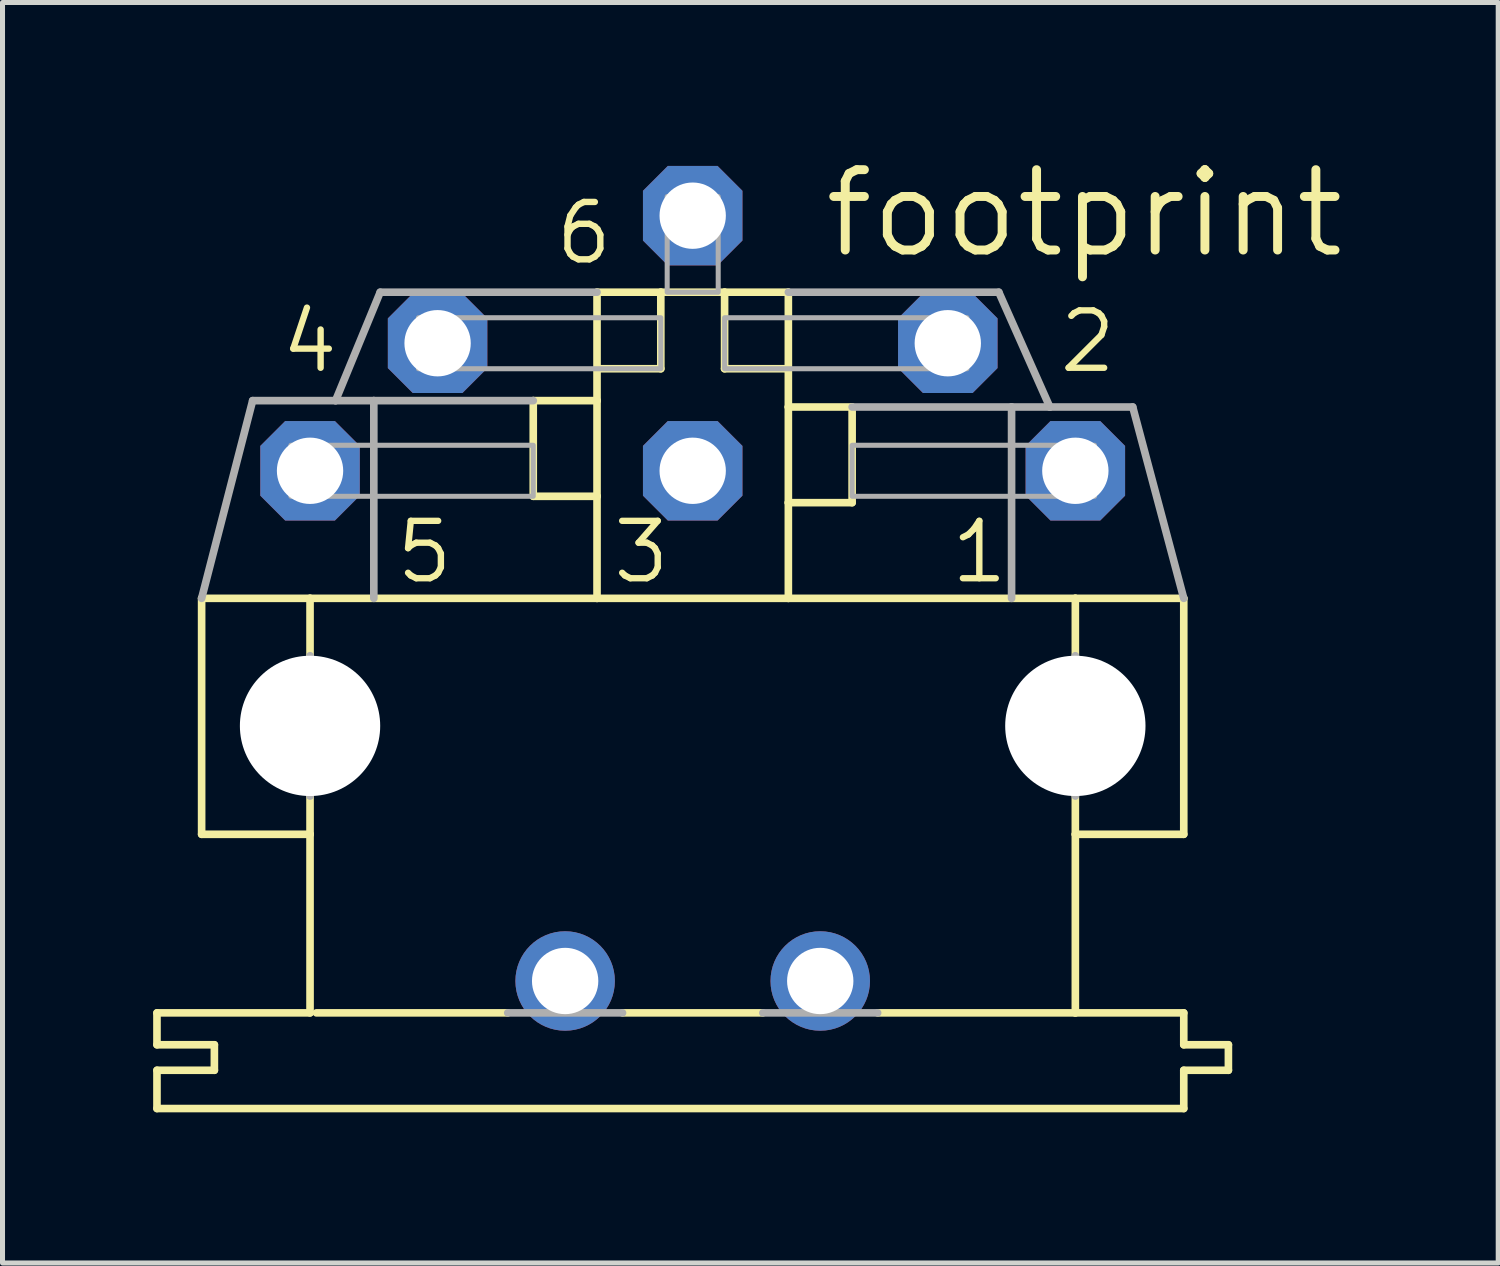
<source format=kicad_pcb>
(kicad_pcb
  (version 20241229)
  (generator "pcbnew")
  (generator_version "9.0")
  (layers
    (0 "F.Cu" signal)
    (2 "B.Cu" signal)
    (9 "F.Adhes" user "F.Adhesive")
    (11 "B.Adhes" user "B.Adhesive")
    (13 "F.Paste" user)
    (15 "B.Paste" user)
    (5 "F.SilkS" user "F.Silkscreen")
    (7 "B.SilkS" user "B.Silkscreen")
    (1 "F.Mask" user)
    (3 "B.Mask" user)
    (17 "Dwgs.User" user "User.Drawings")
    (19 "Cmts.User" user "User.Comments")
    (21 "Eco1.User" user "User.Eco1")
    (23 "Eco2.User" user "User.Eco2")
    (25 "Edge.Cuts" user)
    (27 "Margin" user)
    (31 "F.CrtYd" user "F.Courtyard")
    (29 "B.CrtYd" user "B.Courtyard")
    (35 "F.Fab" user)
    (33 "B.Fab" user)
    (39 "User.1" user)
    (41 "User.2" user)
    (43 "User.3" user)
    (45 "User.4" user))
  (footprint "footprint"
    (layer "F.Cu")
    (at 10.744 11.405)
    (property "Reference" "footprint" (at 2.54 -9.271 0) (layer "F.SilkS") (effects (font (size 1.6 1.6) (thickness 0.178)) (justify left bottom)))
    (fp_line (start -10.668 6.35) (end -10.668 5.715) (stroke (width 0.152) (type solid)) (layer "F.SilkS"))
    (fp_line (start -10.668 6.35) (end -9.525 6.35) (stroke (width 0.152) (type solid)) (layer "F.SilkS"))
    (fp_line (start -10.668 7.62) (end -10.668 6.858) (stroke (width 0.152) (type solid)) (layer "F.SilkS"))
    (fp_line (start -10.668 7.62) (end 9.779 7.62) (stroke (width 0.152) (type solid)) (layer "F.SilkS"))
    (fp_line (start -9.779 2.159) (end -9.779 -2.54) (stroke (width 0.152) (type solid)) (layer "F.SilkS"))
    (fp_line (start -9.779 2.159) (end -7.62 2.159) (stroke (width 0.152) (type solid)) (layer "F.SilkS"))
    (fp_line (start -9.525 6.858) (end -10.668 6.858) (stroke (width 0.152) (type solid)) (layer "F.SilkS"))
    (fp_line (start -9.525 6.858) (end -9.525 6.35) (stroke (width 0.152) (type solid)) (layer "F.SilkS"))
    (fp_line (start -7.62 -2.54) (end -9.779 -2.54) (stroke (width 0.152) (type solid)) (layer "F.SilkS"))
    (fp_line (start -7.62 -2.54) (end -7.62 -1.397) (stroke (width 0.152) (type solid)) (layer "F.SilkS"))
    (fp_line (start -7.62 2.159) (end -7.62 1.397) (stroke (width 0.152) (type solid)) (layer "F.SilkS"))
    (fp_line (start -7.62 5.715) (end -10.668 5.715) (stroke (width 0.152) (type solid)) (layer "F.SilkS"))
    (fp_line (start -7.62 5.715) (end -7.62 2.159) (stroke (width 0.152) (type solid)) (layer "F.SilkS"))
    (fp_line (start -7.493 5.715) (end -3.683 5.715) (stroke (width 0.152) (type solid)) (layer "F.SilkS"))
    (fp_line (start -3.175 -6.477) (end -3.175 -4.572) (stroke (width 0.152) (type solid)) (layer "F.SilkS"))
    (fp_line (start -1.905 -8.636) (end -1.905 -7.112) (stroke (width 0.152) (type solid)) (layer "F.SilkS"))
    (fp_line (start -1.905 -7.112) (end -1.905 -6.477) (stroke (width 0.152) (type solid)) (layer "F.SilkS"))
    (fp_line (start -1.905 -7.112) (end -0.635 -7.112) (stroke (width 0.152) (type solid)) (layer "F.SilkS"))
    (fp_line (start -1.905 -6.477) (end -3.175 -6.477) (stroke (width 0.152) (type solid)) (layer "F.SilkS"))
    (fp_line (start -1.905 -6.477) (end -1.905 -4.572) (stroke (width 0.152) (type solid)) (layer "F.SilkS"))
    (fp_line (start -1.905 -4.572) (end -3.175 -4.572) (stroke (width 0.152) (type solid)) (layer "F.SilkS"))
    (fp_line (start -1.905 -4.572) (end -1.905 -2.54) (stroke (width 0.152) (type solid)) (layer "F.SilkS"))
    (fp_line (start -1.905 -2.54) (end -7.62 -2.54) (stroke (width 0.152) (type solid)) (layer "F.SilkS"))
    (fp_line (start -1.397 5.715) (end 1.397 5.715) (stroke (width 0.152) (type solid)) (layer "F.SilkS"))
    (fp_line (start -0.635 -8.636) (end -1.905 -8.636) (stroke (width 0.152) (type solid)) (layer "F.SilkS"))
    (fp_line (start -0.635 -8.636) (end -0.635 -7.112) (stroke (width 0.152) (type solid)) (layer "F.SilkS"))
    (fp_line (start 0.635 -8.636) (end -0.635 -8.636) (stroke (width 0.152) (type solid)) (layer "F.SilkS"))
    (fp_line (start 0.635 -8.636) (end 0.635 -7.112) (stroke (width 0.152) (type solid)) (layer "F.SilkS"))
    (fp_line (start 1.905 -8.636) (end 0.635 -8.636) (stroke (width 0.152) (type solid)) (layer "F.SilkS"))
    (fp_line (start 1.905 -8.636) (end 1.905 -7.112) (stroke (width 0.152) (type solid)) (layer "F.SilkS"))
    (fp_line (start 1.905 -7.112) (end 0.635 -7.112) (stroke (width 0.152) (type solid)) (layer "F.SilkS"))
    (fp_line (start 1.905 -7.112) (end 1.905 -6.35) (stroke (width 0.152) (type solid)) (layer "F.SilkS"))
    (fp_line (start 1.905 -6.35) (end 1.905 -4.445) (stroke (width 0.152) (type solid)) (layer "F.SilkS"))
    (fp_line (start 1.905 -4.445) (end 1.905 -2.54) (stroke (width 0.152) (type solid)) (layer "F.SilkS"))
    (fp_line (start 1.905 -4.445) (end 3.175 -4.445) (stroke (width 0.152) (type solid)) (layer "F.SilkS"))
    (fp_line (start 1.905 -2.54) (end -1.905 -2.54) (stroke (width 0.152) (type solid)) (layer "F.SilkS"))
    (fp_line (start 3.175 -6.35) (end 1.905 -6.35) (stroke (width 0.152) (type solid)) (layer "F.SilkS"))
    (fp_line (start 3.175 -6.35) (end 3.175 -4.445) (stroke (width 0.152) (type solid)) (layer "F.SilkS"))
    (fp_line (start 3.683 5.715) (end 7.62 5.715) (stroke (width 0.152) (type solid)) (layer "F.SilkS"))
    (fp_line (start 7.62 -2.54) (end 1.905 -2.54) (stroke (width 0.152) (type solid)) (layer "F.SilkS"))
    (fp_line (start 7.62 -2.54) (end 7.62 -1.397) (stroke (width 0.152) (type solid)) (layer "F.SilkS"))
    (fp_line (start 7.62 2.159) (end 7.62 1.397) (stroke (width 0.152) (type solid)) (layer "F.SilkS"))
    (fp_line (start 7.62 5.715) (end 7.62 2.159) (stroke (width 0.152) (type solid)) (layer "F.SilkS"))
    (fp_line (start 9.779 -2.54) (end 7.62 -2.54) (stroke (width 0.152) (type solid)) (layer "F.SilkS"))
    (fp_line (start 9.779 2.159) (end 7.62 2.159) (stroke (width 0.152) (type solid)) (layer "F.SilkS"))
    (fp_line (start 9.779 2.159) (end 9.779 -2.54) (stroke (width 0.152) (type solid)) (layer "F.SilkS"))
    (fp_line (start 9.779 5.715) (end 7.62 5.715) (stroke (width 0.152) (type solid)) (layer "F.SilkS"))
    (fp_line (start 9.779 5.715) (end 9.779 6.35) (stroke (width 0.152) (type solid)) (layer "F.SilkS"))
    (fp_line (start 9.779 7.62) (end 9.779 6.858) (stroke (width 0.152) (type solid)) (layer "F.SilkS"))
    (fp_line (start 10.668 6.35) (end 9.779 6.35) (stroke (width 0.152) (type solid)) (layer "F.SilkS"))
    (fp_line (start 10.668 6.858) (end 9.779 6.858) (stroke (width 0.152) (type solid)) (layer "F.SilkS"))
    (fp_line (start 10.668 6.858) (end 10.668 6.35) (stroke (width 0.152) (type solid)) (layer "F.SilkS"))
    (fp_line (start -8.763 -6.477) (end -9.779 -2.54) (stroke (width 0.152) (type solid)) (layer "F.Fab"))
    (fp_line (start -8.763 -6.477) (end -7.112 -6.477) (stroke (width 0.152) (type solid)) (layer "F.Fab"))
    (fp_line (start -7.62 -1.397) (end -7.62 1.397) (stroke (width 0.152) (type solid)) (layer "F.Fab"))
    (fp_line (start -7.112 -6.477) (end -6.223 -8.636) (stroke (width 0.152) (type solid)) (layer "F.Fab"))
    (fp_line (start -6.35 -6.477) (end -7.112 -6.477) (stroke (width 0.152) (type solid)) (layer "F.Fab"))
    (fp_line (start -6.35 -6.477) (end -6.35 -2.54) (stroke (width 0.152) (type solid)) (layer "F.Fab"))
    (fp_line (start -3.175 -6.477) (end -6.35 -6.477) (stroke (width 0.152) (type solid)) (layer "F.Fab"))
    (fp_line (start -1.905 -8.636) (end -6.223 -8.636) (stroke (width 0.152) (type solid)) (layer "F.Fab"))
    (fp_line (start -1.397 5.715) (end -3.683 5.715) (stroke (width 0.152) (type solid)) (layer "F.Fab"))
    (fp_line (start 3.683 5.715) (end 1.397 5.715) (stroke (width 0.152) (type solid)) (layer "F.Fab"))
    (fp_line (start 6.096 -8.636) (end 1.905 -8.636) (stroke (width 0.152) (type solid)) (layer "F.Fab"))
    (fp_line (start 6.096 -8.636) (end 7.112 -6.35) (stroke (width 0.152) (type solid)) (layer "F.Fab"))
    (fp_line (start 6.35 -6.35) (end 3.175 -6.35) (stroke (width 0.152) (type solid)) (layer "F.Fab"))
    (fp_line (start 6.35 -6.35) (end 6.35 -2.54) (stroke (width 0.152) (type solid)) (layer "F.Fab"))
    (fp_line (start 7.112 -6.35) (end 6.35 -6.35) (stroke (width 0.152) (type solid)) (layer "F.Fab"))
    (fp_line (start 7.62 -1.397) (end 7.62 1.397) (stroke (width 0.152) (type solid)) (layer "F.Fab"))
    (fp_line (start 8.763 -6.35) (end 7.112 -6.35) (stroke (width 0.152) (type solid)) (layer "F.Fab"))
    (fp_line (start 8.763 -6.35) (end 9.779 -2.54) (stroke (width 0.152) (type solid)) (layer "F.Fab"))
    (fp_poly (pts (xy -8.001 -4.572) (xy -3.175 -4.572) (xy -3.175 -5.588) (xy -8.001 -5.588)) (stroke (width 0.1) (type solid)) (fill no) (layer "F.Fab"))
    (fp_poly (pts (xy -5.461 -7.112) (xy -0.635 -7.112) (xy -0.635 -8.128) (xy -5.461 -8.128)) (stroke (width 0.1) (type solid)) (fill no) (layer "F.Fab"))
    (fp_poly (pts (xy -0.508 -8.636) (xy 0.508 -8.636) (xy 0.508 -10.541) (xy -0.508 -10.541)) (stroke (width 0.1) (type solid)) (fill no) (layer "F.Fab"))
    (fp_poly (pts (xy 0.635 -7.112) (xy 5.461 -7.112) (xy 5.461 -8.128) (xy 0.635 -8.128)) (stroke (width 0.1) (type solid)) (fill no) (layer "F.Fab"))
    (fp_poly (pts (xy 3.175 -4.572) (xy 8.001 -4.572) (xy 8.001 -5.588) (xy 3.175 -5.588)) (stroke (width 0.1) (type solid)) (fill no) (layer "F.Fab"))
    (fp_text user "3" (at -1.651 -2.794 0) (layer "F.SilkS") (effects (font (size 1.143 1.143) (thickness 0.127)) (justify left bottom)))
    (fp_text user "4" (at -8.255 -6.985 0) (layer "F.SilkS") (effects (font (size 1.143 1.143) (thickness 0.127)) (justify left bottom)))
    (fp_text user "1" (at 5.08 -2.794 0) (layer "F.SilkS") (effects (font (size 1.143 1.143) (thickness 0.127)) (justify left bottom)))
    (fp_text user "5" (at -5.969 -2.794 0) (layer "F.SilkS") (effects (font (size 1.143 1.143) (thickness 0.127)) (justify left bottom)))
    (fp_text user "2" (at 7.239 -6.985 0) (layer "F.SilkS") (effects (font (size 1.143 1.143) (thickness 0.127)) (justify left bottom)))
    (fp_text user "6" (at -2.794 -9.144 0) (layer "F.SilkS") (effects (font (size 1.143 1.143) (thickness 0.127)) (justify left bottom)))
    (pad "" np_thru_hole circle (at -7.62 0) (size 2.794 2.794) (drill 2.794) (layers "*.Cu" "*.Mask"))
    (pad "" np_thru_hole circle (at 7.62 0) (size 2.794 2.794) (drill 2.794) (layers "*.Cu" "*.Mask"))
    (pad "1" thru_hole roundrect (at 7.62 -5.08) (size 1.981 1.981) (drill 1.321) (layers "*.Cu" "*.Mask") (roundrect_rratio 0.25) (chamfer_ratio 0.25) (chamfer top_left top_right bottom_left bottom_right))
    (pad "2" thru_hole roundrect (at 5.08 -7.62) (size 1.981 1.981) (drill 1.321) (layers "*.Cu" "*.Mask") (roundrect_rratio 0.25) (chamfer_ratio 0.25) (chamfer top_left top_right bottom_left bottom_right))
    (pad "3" thru_hole roundrect (at 0 -5.08) (size 1.981 1.981) (drill 1.321) (layers "*.Cu" "*.Mask") (roundrect_rratio 0.25) (chamfer_ratio 0.25) (chamfer top_left top_right bottom_left bottom_right))
    (pad "4" thru_hole roundrect (at -5.08 -7.62) (size 1.981 1.981) (drill 1.321) (layers "*.Cu" "*.Mask") (roundrect_rratio 0.25) (chamfer_ratio 0.25) (chamfer top_left top_right bottom_left bottom_right))
    (pad "5" thru_hole roundrect (at -7.62 -5.08) (size 1.981 1.981) (drill 1.321) (layers "*.Cu" "*.Mask") (roundrect_rratio 0.25) (chamfer_ratio 0.25) (chamfer top_left top_right bottom_left bottom_right))
    (pad "6" thru_hole roundrect (at 0 -10.16) (size 1.981 1.981) (drill 1.321) (layers "*.Cu" "*.Mask") (roundrect_rratio 0.25) (chamfer_ratio 0.25) (chamfer top_left top_right bottom_left bottom_right))
    (pad "PE" thru_hole circle (at -2.54 5.08) (size 1.981 1.981) (drill 1.321) (layers "*.Cu" "*.Mask"))
    (pad "PE@" thru_hole circle (at 2.54 5.08) (size 1.981 1.981) (drill 1.321) (layers "*.Cu" "*.Mask")))
  (gr_rect
    (start -3 -3)
    (end 26.785 22.101)
    (stroke (width 0.1) (type default))
    (fill no)
    (layer "Edge.Cuts")))
</source>
